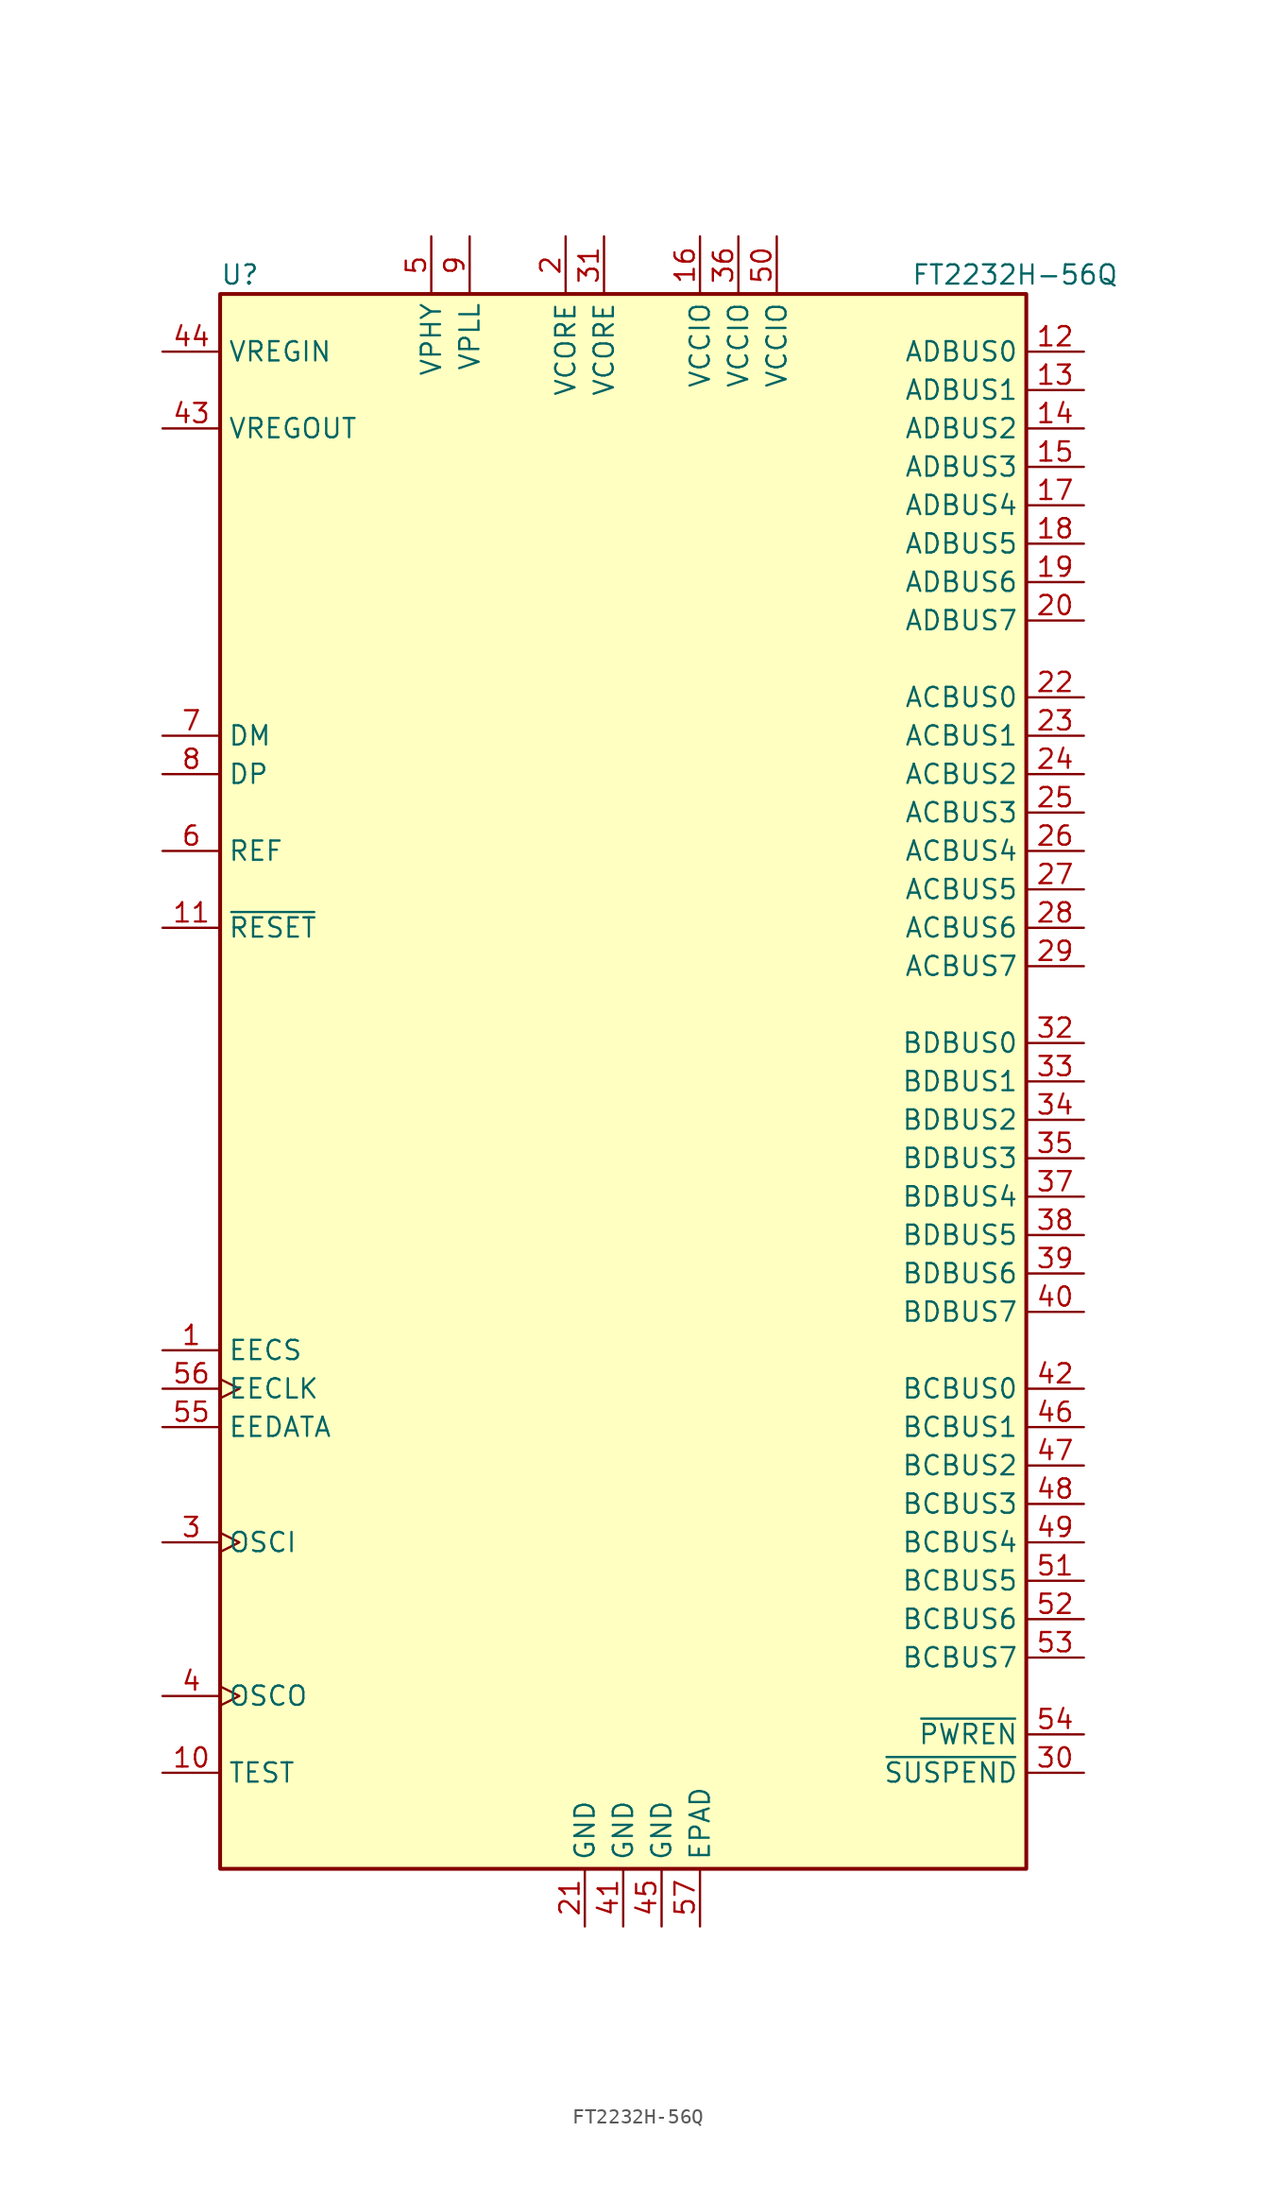
<source format=kicad_sym>
(kicad_symbol_lib
  (version 20200126)
  (host kicad_symbol_editor "(5.99.0-1839-gb83d64fc0)")
  (symbol "Interface_USB_RD:FT2232H-56Q"
    (pin_names
      (offset 0.508))
    (property "Reference" "U"
      (at -26.67 53.34 0)
      (effects (font (size 1.27 1.27)) (justify left)))
    (property "Value" "FT2232H-56Q"
      (at 19.05 53.34 0)
      (effects (font (size 1.27 1.27)) (justify left)))
    (symbol "FT2232H-56Q_0_1"
      (rectangle (start -26.67 -52.07) (end 26.67 52.07) (stroke (width 0.254)) (fill (type background))))
    (symbol "FT2232H-56Q_1_1"
      (pin power_in line (at -2.54 -55.88 90) (length 3.81) (name "GND" (effects (font (size 1.27 1.27)))) (number "21" (effects (font (size 1.27 1.27)))))
      (pin power_in line (at 2.54 -55.88 90) (length 3.81) (name "GND" (effects (font (size 1.27 1.27)))) (number "45" (effects (font (size 1.27 1.27)))))
      (pin input line (at -3.81 55.88 270) (length 3.81) (name "VCORE" (effects (font (size 1.27 1.27)))) (number "2" (effects (font (size 1.27 1.27)))))
      (pin input line (at -30.48 -45.72 0) (length 3.81) (name "TEST" (effects (font (size 1.27 1.27)))) (number "10" (effects (font (size 1.27 1.27)))))
      (pin input line (at -30.48 10.16 0) (length 3.81) (name "~RESET" (effects (font (size 1.27 1.27)))) (number "11" (effects (font (size 1.27 1.27)))))
      (pin tri_state line (at 30.48 48.26 180) (length 3.81) (name "ADBUS0" (effects (font (size 1.27 1.27)))) (number "12" (effects (font (size 1.27 1.27)))))
      (pin tri_state line (at 30.48 45.72 180) (length 3.81) (name "ADBUS1" (effects (font (size 1.27 1.27)))) (number "13" (effects (font (size 1.27 1.27)))))
      (pin tri_state line (at 30.48 43.18 180) (length 3.81) (name "ADBUS2" (effects (font (size 1.27 1.27)))) (number "14" (effects (font (size 1.27 1.27)))))
      (pin tri_state line (at 30.48 40.64 180) (length 3.81) (name "ADBUS3" (effects (font (size 1.27 1.27)))) (number "15" (effects (font (size 1.27 1.27)))))
      (pin input clock (at -30.48 -30.48 0) (length 3.81) (name "OSCI" (effects (font (size 1.27 1.27)))) (number "3" (effects (font (size 1.27 1.27)))))
      (pin input line (at 5.08 55.88 270) (length 3.81) (name "VCCIO" (effects (font (size 1.27 1.27)))) (number "16" (effects (font (size 1.27 1.27)))))
      (pin tri_state line (at 30.48 38.1 180) (length 3.81) (name "ADBUS4" (effects (font (size 1.27 1.27)))) (number "17" (effects (font (size 1.27 1.27)))))
      (pin tri_state line (at 30.48 35.56 180) (length 3.81) (name "ADBUS5" (effects (font (size 1.27 1.27)))) (number "18" (effects (font (size 1.27 1.27)))))
      (pin tri_state line (at 30.48 33.02 180) (length 3.81) (name "ADBUS6" (effects (font (size 1.27 1.27)))) (number "19" (effects (font (size 1.27 1.27)))))
      (pin tri_state line (at 30.48 30.48 180) (length 3.81) (name "ADBUS7" (effects (font (size 1.27 1.27)))) (number "20" (effects (font (size 1.27 1.27)))))
      (pin tri_state line (at 30.48 25.4 180) (length 3.81) (name "ACBUS0" (effects (font (size 1.27 1.27)))) (number "22" (effects (font (size 1.27 1.27)))))
      (pin tri_state line (at 30.48 22.86 180) (length 3.81) (name "ACBUS1" (effects (font (size 1.27 1.27)))) (number "23" (effects (font (size 1.27 1.27)))))
      (pin tri_state line (at 30.48 20.32 180) (length 3.81) (name "ACBUS2" (effects (font (size 1.27 1.27)))) (number "24" (effects (font (size 1.27 1.27)))))
      (pin tri_state line (at 30.48 17.78 180) (length 3.81) (name "ACBUS3" (effects (font (size 1.27 1.27)))) (number "25" (effects (font (size 1.27 1.27)))))
      (pin output clock (at -30.48 -40.64 0) (length 3.81) (name "OSCO" (effects (font (size 1.27 1.27)))) (number "4" (effects (font (size 1.27 1.27)))))
      (pin tri_state line (at 30.48 15.24 180) (length 3.81) (name "ACBUS4" (effects (font (size 1.27 1.27)))) (number "26" (effects (font (size 1.27 1.27)))))
      (pin input line (at 7.62 55.88 270) (length 3.81) (name "VCCIO" (effects (font (size 1.27 1.27)))) (number "36" (effects (font (size 1.27 1.27)))))
      (pin tri_state line (at 30.48 12.7 180) (length 3.81) (name "ACBUS5" (effects (font (size 1.27 1.27)))) (number "27" (effects (font (size 1.27 1.27)))))
      (pin tri_state line (at 30.48 10.16 180) (length 3.81) (name "ACBUS6" (effects (font (size 1.27 1.27)))) (number "28" (effects (font (size 1.27 1.27)))))
      (pin tri_state line (at 30.48 7.62 180) (length 3.81) (name "ACBUS7" (effects (font (size 1.27 1.27)))) (number "29" (effects (font (size 1.27 1.27)))))
      (pin output line (at 30.48 -45.72 180) (length 3.81) (name "~SUSPEND" (effects (font (size 1.27 1.27)))) (number "30" (effects (font (size 1.27 1.27)))))
      (pin input line (at -1.27 55.88 270) (length 3.81) (name "VCORE" (effects (font (size 1.27 1.27)))) (number "31" (effects (font (size 1.27 1.27)))))
      (pin tri_state line (at 30.48 2.54 180) (length 3.81) (name "BDBUS0" (effects (font (size 1.27 1.27)))) (number "32" (effects (font (size 1.27 1.27)))))
      (pin tri_state line (at 30.48 0 180) (length 3.81) (name "BDBUS1" (effects (font (size 1.27 1.27)))) (number "33" (effects (font (size 1.27 1.27)))))
      (pin input line (at -12.7 55.88 270) (length 3.81) (name "VPHY" (effects (font (size 1.27 1.27)))) (number "5" (effects (font (size 1.27 1.27)))))
      (pin tri_state line (at 30.48 -2.54 180) (length 3.81) (name "BDBUS2" (effects (font (size 1.27 1.27)))) (number "34" (effects (font (size 1.27 1.27)))))
      (pin tri_state line (at 30.48 -5.08 180) (length 3.81) (name "BDBUS3" (effects (font (size 1.27 1.27)))) (number "35" (effects (font (size 1.27 1.27)))))
      (pin input line (at 10.16 55.88 270) (length 3.81) (name "VCCIO" (effects (font (size 1.27 1.27)))) (number "50" (effects (font (size 1.27 1.27)))))
      (pin tri_state line (at 30.48 -7.62 180) (length 3.81) (name "BDBUS4" (effects (font (size 1.27 1.27)))) (number "37" (effects (font (size 1.27 1.27)))))
      (pin tri_state line (at 30.48 -10.16 180) (length 3.81) (name "BDBUS5" (effects (font (size 1.27 1.27)))) (number "38" (effects (font (size 1.27 1.27)))))
      (pin tri_state line (at 30.48 -12.7 180) (length 3.81) (name "BDBUS6" (effects (font (size 1.27 1.27)))) (number "39" (effects (font (size 1.27 1.27)))))
      (pin tri_state line (at 30.48 -15.24 180) (length 3.81) (name "BDBUS7" (effects (font (size 1.27 1.27)))) (number "40" (effects (font (size 1.27 1.27)))))
      (pin tri_state line (at 30.48 -20.32 180) (length 3.81) (name "BCBUS0" (effects (font (size 1.27 1.27)))) (number "42" (effects (font (size 1.27 1.27)))))
      (pin power_out line (at -30.48 43.18 0) (length 3.81) (name "VREGOUT" (effects (font (size 1.27 1.27)))) (number "43" (effects (font (size 1.27 1.27)))))
      (pin power_in line (at 0 -55.88 90) (length 3.81) (name "GND" (effects (font (size 1.27 1.27)))) (number "41" (effects (font (size 1.27 1.27)))))
      (pin power_in line (at -30.48 48.26 0) (length 3.81) (name "VREGIN" (effects (font (size 1.27 1.27)))) (number "44" (effects (font (size 1.27 1.27)))))
      (pin tri_state line (at 30.48 -22.86 180) (length 3.81) (name "BCBUS1" (effects (font (size 1.27 1.27)))) (number "46" (effects (font (size 1.27 1.27)))))
      (pin tri_state line (at 30.48 -25.4 180) (length 3.81) (name "BCBUS2" (effects (font (size 1.27 1.27)))) (number "47" (effects (font (size 1.27 1.27)))))
      (pin tri_state line (at 30.48 -27.94 180) (length 3.81) (name "BCBUS3" (effects (font (size 1.27 1.27)))) (number "48" (effects (font (size 1.27 1.27)))))
      (pin tri_state line (at 30.48 -30.48 180) (length 3.81) (name "BCBUS4" (effects (font (size 1.27 1.27)))) (number "49" (effects (font (size 1.27 1.27)))))
      (pin tri_state line (at 30.48 -33.02 180) (length 3.81) (name "BCBUS5" (effects (font (size 1.27 1.27)))) (number "51" (effects (font (size 1.27 1.27)))))
      (pin tri_state line (at 30.48 -35.56 180) (length 3.81) (name "BCBUS6" (effects (font (size 1.27 1.27)))) (number "52" (effects (font (size 1.27 1.27)))))
      (pin tri_state line (at 30.48 -38.1 180) (length 3.81) (name "BCBUS7" (effects (font (size 1.27 1.27)))) (number "53" (effects (font (size 1.27 1.27)))))
      (pin output line (at -30.48 15.24 0) (length 3.81) (name "REF" (effects (font (size 1.27 1.27)))) (number "6" (effects (font (size 1.27 1.27)))))
      (pin output line (at 30.48 -43.18 180) (length 3.81) (name "~PWREN" (effects (font (size 1.27 1.27)))) (number "54" (effects (font (size 1.27 1.27)))))
      (pin bidirectional line (at -30.48 -22.86 0) (length 3.81) (name "EEDATA" (effects (font (size 1.27 1.27)))) (number "55" (effects (font (size 1.27 1.27)))))
      (pin output clock (at -30.48 -20.32 0) (length 3.81) (name "EECLK" (effects (font (size 1.27 1.27)))) (number "56" (effects (font (size 1.27 1.27)))))
      (pin output line (at -30.48 -17.78 0) (length 3.81) (name "EECS" (effects (font (size 1.27 1.27)))) (number "1" (effects (font (size 1.27 1.27)))))
      (pin bidirectional line (at -30.48 22.86 0) (length 3.81) (name "DM" (effects (font (size 1.27 1.27)))) (number "7" (effects (font (size 1.27 1.27)))))
      (pin bidirectional line (at -30.48 20.32 0) (length 3.81) (name "DP" (effects (font (size 1.27 1.27)))) (number "8" (effects (font (size 1.27 1.27)))))
      (pin input line (at -10.16 55.88 270) (length 3.81) (name "VPLL" (effects (font (size 1.27 1.27)))) (number "9" (effects (font (size 1.27 1.27)))))
      (pin power_in line (at 5.08 -55.88 90) (length 3.81) (name "EPAD" (effects (font (size 1.27 1.27)))) (number "57" (effects (font (size 1.27 1.27))))))))
</source>
